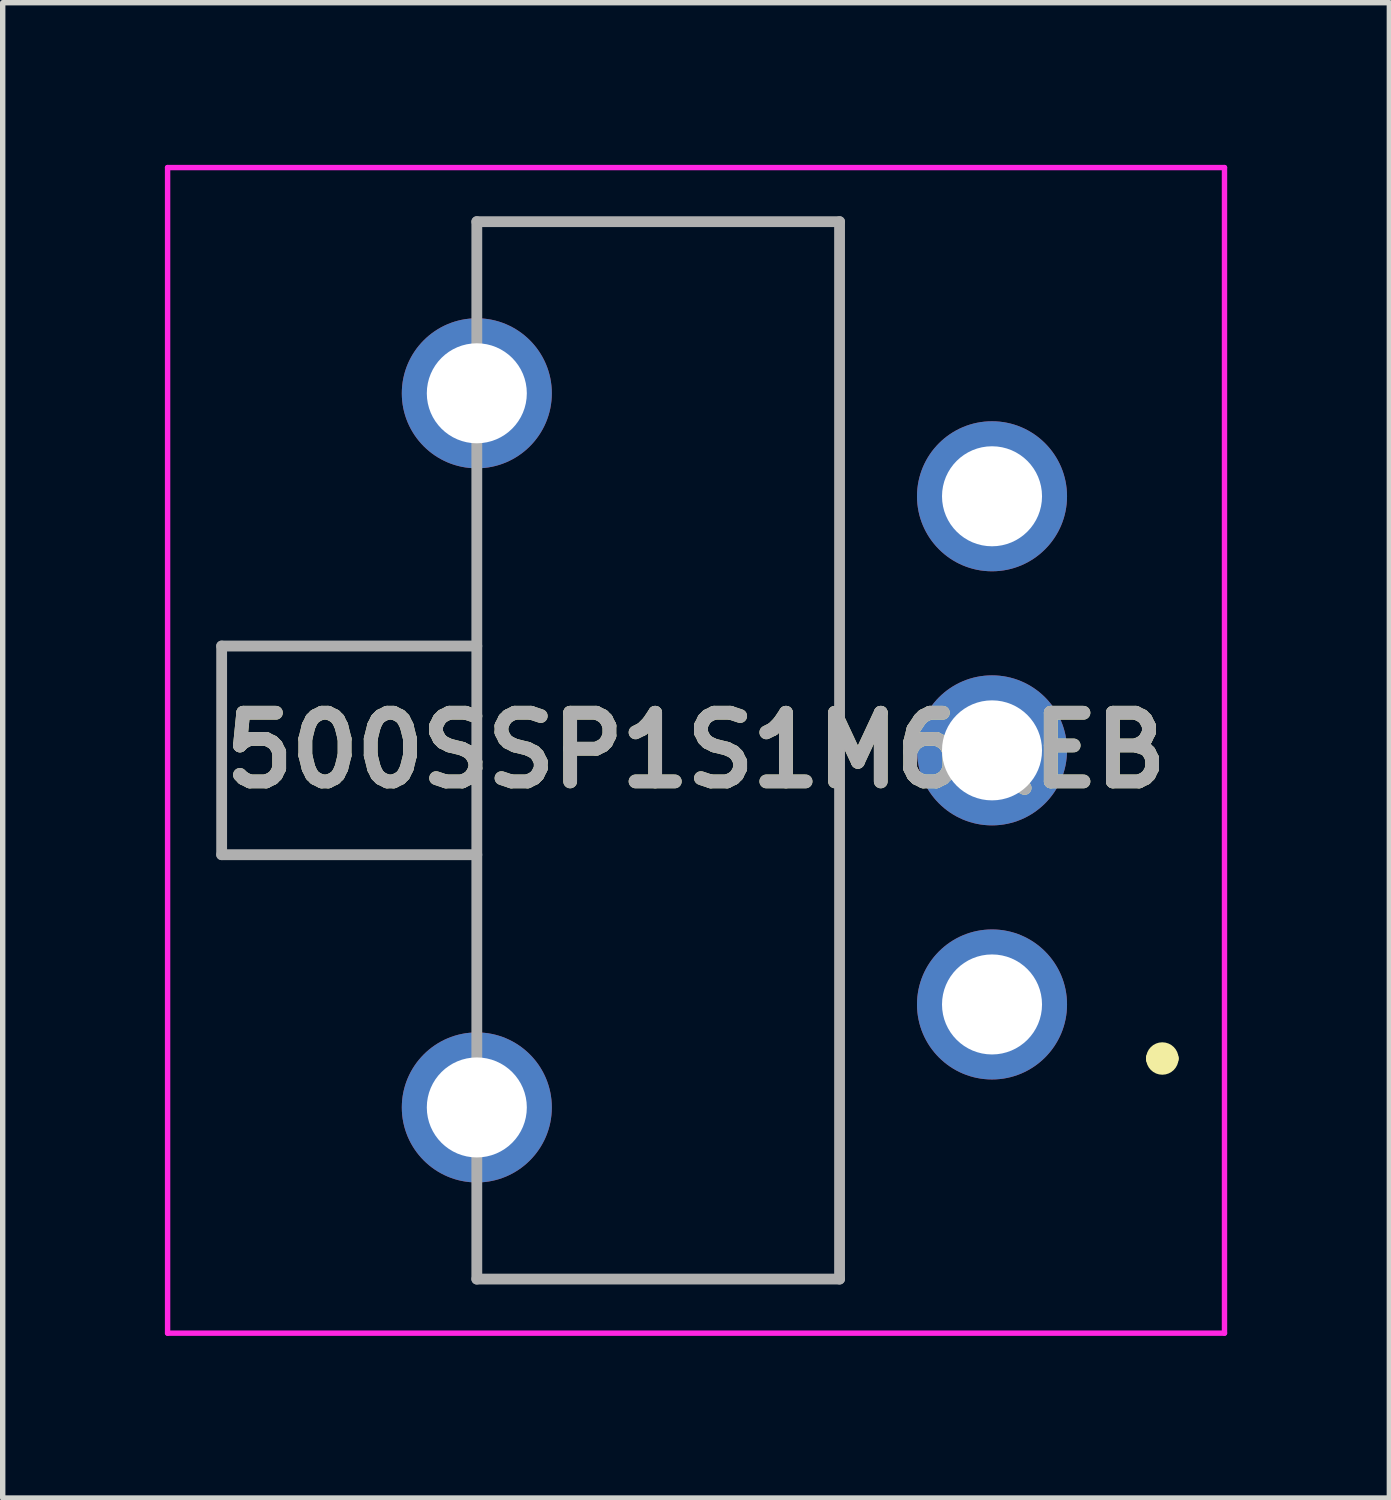
<source format=kicad_pcb>
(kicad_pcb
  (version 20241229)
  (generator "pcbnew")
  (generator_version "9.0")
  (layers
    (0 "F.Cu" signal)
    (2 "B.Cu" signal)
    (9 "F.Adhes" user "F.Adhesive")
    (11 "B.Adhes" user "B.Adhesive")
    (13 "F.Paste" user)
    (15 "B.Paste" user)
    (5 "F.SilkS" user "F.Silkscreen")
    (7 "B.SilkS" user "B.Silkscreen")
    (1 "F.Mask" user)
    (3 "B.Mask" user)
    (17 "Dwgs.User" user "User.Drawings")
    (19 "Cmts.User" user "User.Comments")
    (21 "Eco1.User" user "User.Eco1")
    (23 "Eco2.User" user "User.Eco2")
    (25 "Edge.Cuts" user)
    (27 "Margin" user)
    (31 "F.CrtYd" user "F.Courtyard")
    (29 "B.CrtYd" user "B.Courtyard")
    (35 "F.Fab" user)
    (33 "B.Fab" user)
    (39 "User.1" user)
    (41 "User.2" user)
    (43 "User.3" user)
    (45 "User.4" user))
  (footprint "500SSP1S1M6QEB"
    (layer "F.Cu")
    (at 15.3 15.53)
    (property "Reference" "500SSP1S1M6QEB" (at -5.475 -4.7 0) (layer "F.SilkS") (effects (font (size 1.27 1.27) (thickness 0.254))))
    (attr through_hole)
    (fp_line (start -14.25 -6.63) (end -14.25 -2.77) (stroke (width 0.1) (type solid)) (layer "F.SilkS"))
    (fp_line (start -14.25 -2.77) (end -9.53 -2.77) (stroke (width 0.1) (type solid)) (layer "F.SilkS"))
    (fp_line (start -9.53 -14.48) (end -2.82 -14.48) (stroke (width 0.1) (type solid)) (layer "F.SilkS"))
    (fp_line (start -9.53 -13.7) (end -9.53 -14.48) (stroke (width 0.1) (type solid)) (layer "F.SilkS"))
    (fp_line (start -9.53 -8.7) (end -9.53 -0.7) (stroke (width 0.1) (type solid)) (layer "F.SilkS"))
    (fp_line (start -9.53 -6.63) (end -14.25 -6.63) (stroke (width 0.1) (type solid)) (layer "F.SilkS"))
    (fp_line (start -9.53 5.08) (end -9.53 4.3) (stroke (width 0.1) (type solid)) (layer "F.SilkS"))
    (fp_line (start -2.82 -14.48) (end -2.82 5.08) (stroke (width 0.1) (type solid)) (layer "F.SilkS"))
    (fp_line (start -2.82 5.08) (end -9.53 5.08) (stroke (width 0.1) (type solid)) (layer "F.SilkS"))
    (fp_line (start 3 1) (end 3 1) (stroke (width 0.3) (type solid)) (layer "F.SilkS"))
    (fp_line (start 3.3 1) (end 3.3 1) (stroke (width 0.3) (type solid)) (layer "F.SilkS"))
    (fp_arc (start 3 1) (mid 3.15 0.85) (end 3.3 1) (stroke (width 0.3) (type solid)) (layer "F.SilkS"))
    (fp_arc (start 3.3 1) (mid 3.15 1.15) (end 3 1) (stroke (width 0.3) (type solid)) (layer "F.SilkS"))
    (fp_line (start -15.25 -15.48) (end 4.3 -15.48) (stroke (width 0.1) (type solid)) (layer "F.CrtYd"))
    (fp_line (start -15.25 6.08) (end -15.25 -15.48) (stroke (width 0.1) (type solid)) (layer "F.CrtYd"))
    (fp_line (start 4.3 -15.48) (end 4.3 6.08) (stroke (width 0.1) (type solid)) (layer "F.CrtYd"))
    (fp_line (start 4.3 6.08) (end -15.25 6.08) (stroke (width 0.1) (type solid)) (layer "F.CrtYd"))
    (fp_line (start -14.25 -6.63) (end -14.25 -2.77) (stroke (width 0.2) (type solid)) (layer "F.Fab"))
    (fp_line (start -14.25 -2.77) (end -9.53 -2.77) (stroke (width 0.2) (type solid)) (layer "F.Fab"))
    (fp_line (start -9.53 -14.48) (end -2.82 -14.48) (stroke (width 0.2) (type solid)) (layer "F.Fab"))
    (fp_line (start -9.53 -6.63) (end -14.25 -6.63) (stroke (width 0.2) (type solid)) (layer "F.Fab"))
    (fp_line (start -9.53 5.08) (end -9.53 -14.48) (stroke (width 0.2) (type solid)) (layer "F.Fab"))
    (fp_line (start -2.82 -14.48) (end -2.82 5.08) (stroke (width 0.2) (type solid)) (layer "F.Fab"))
    (fp_line (start -2.82 5.08) (end -9.53 5.08) (stroke (width 0.2) (type solid)) (layer "F.Fab"))
    (fp_text user "${REFERENCE}" (at -5.475 -4.7 0) (layer "F.Fab") (effects (font (size 1.27 1.27) (thickness 0.254))))
    (pad "1" thru_hole circle (at 0 0) (size 2.775 2.775) (drill 1.85) (layers "*.Cu" "*.Mask"))
    (pad "2" thru_hole circle (at 0 -4.7) (size 2.775 2.775) (drill 1.85) (layers "*.Cu" "*.Mask"))
    (pad "3" thru_hole circle (at 0 -9.4) (size 2.775 2.775) (drill 1.85) (layers "*.Cu" "*.Mask"))
    (pad "MH1" thru_hole circle (at -9.53 1.905) (size 2.775 2.775) (drill 1.85) (layers "*.Cu" "*.Mask"))
    (pad "MH2" thru_hole circle (at -9.53 -11.305) (size 2.775 2.775) (drill 1.85) (layers "*.Cu" "*.Mask")))
  (gr_rect
    (start -3 -3)
    (end 22.65 24.66)
    (stroke (width 0.1) (type default))
    (fill no)
    (layer "Edge.Cuts")))
</source>
